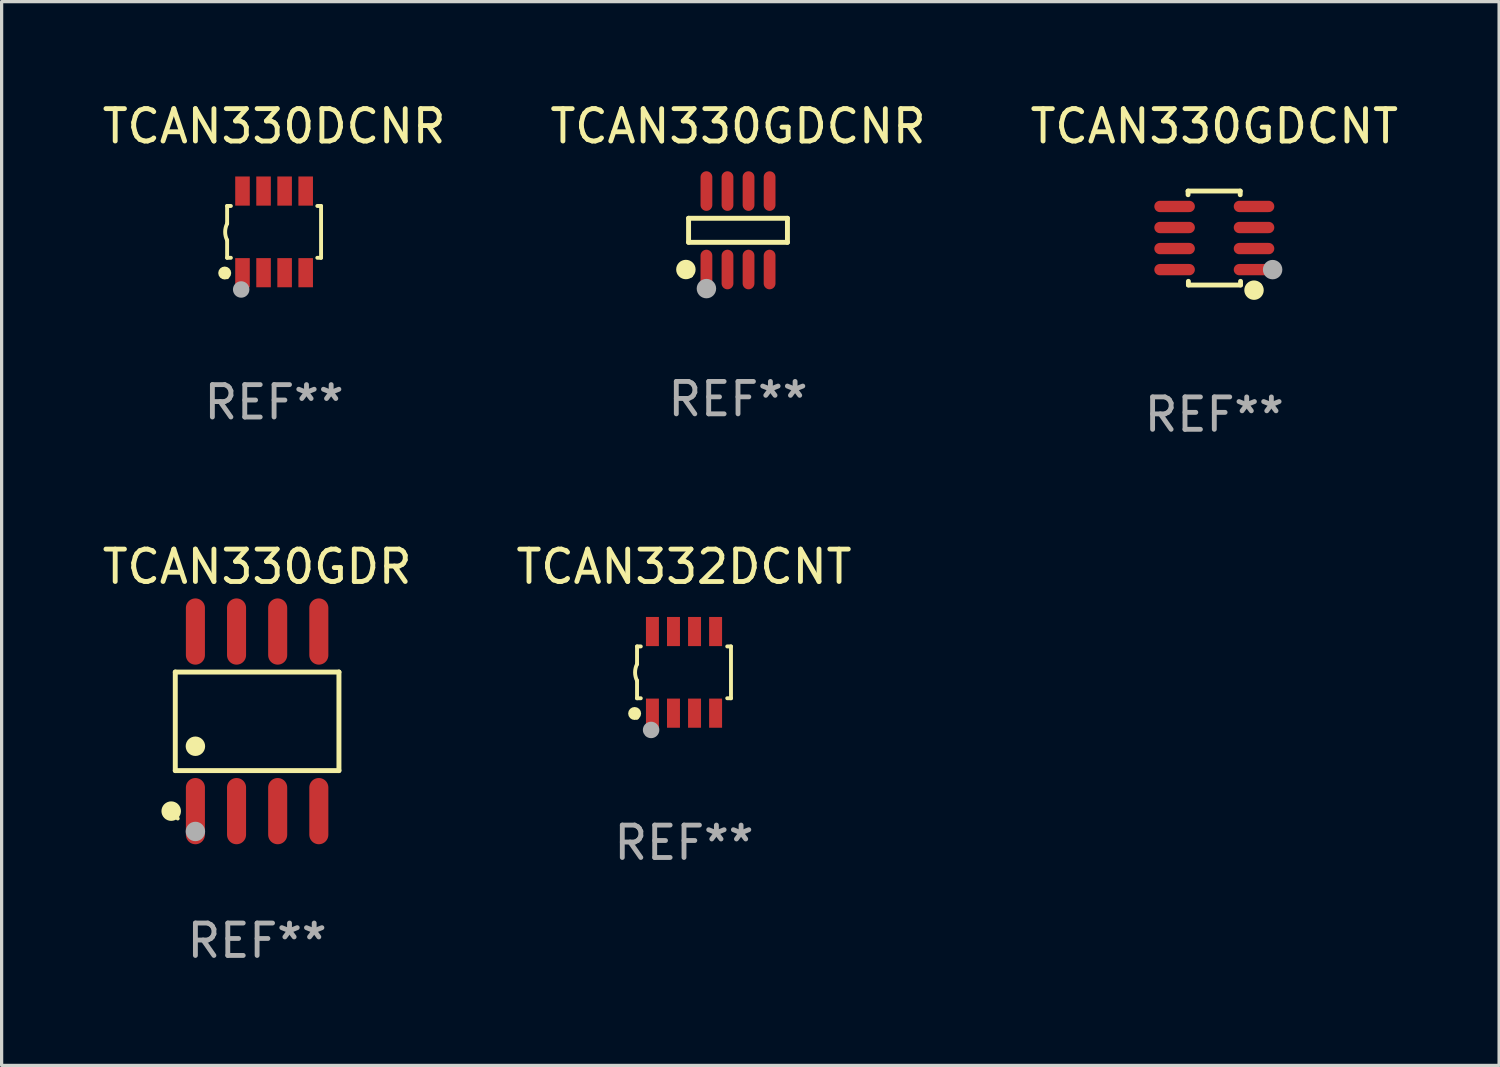
<source format=kicad_pcb>
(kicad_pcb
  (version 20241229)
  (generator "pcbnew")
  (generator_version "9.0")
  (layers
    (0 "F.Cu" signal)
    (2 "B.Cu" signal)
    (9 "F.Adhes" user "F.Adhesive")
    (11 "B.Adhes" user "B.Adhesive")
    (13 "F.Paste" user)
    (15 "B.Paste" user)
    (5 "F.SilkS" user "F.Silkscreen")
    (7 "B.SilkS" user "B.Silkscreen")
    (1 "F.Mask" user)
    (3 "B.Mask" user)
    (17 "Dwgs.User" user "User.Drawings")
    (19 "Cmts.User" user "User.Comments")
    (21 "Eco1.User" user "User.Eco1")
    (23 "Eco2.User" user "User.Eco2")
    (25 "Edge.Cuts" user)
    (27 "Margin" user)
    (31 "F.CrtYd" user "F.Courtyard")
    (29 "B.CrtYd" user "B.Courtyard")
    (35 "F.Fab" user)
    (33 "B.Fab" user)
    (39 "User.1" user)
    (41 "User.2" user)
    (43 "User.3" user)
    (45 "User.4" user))
  (footprint "TCAN330GDCNR"
    (layer "F.Cu")
    (at 19.732 4.059)
    (property "Reference" "TCAN330GDCNR" (at 0 -3.211 0) (layer "F.SilkS") (effects (font (size 1 1) (thickness 0.15))))
    (attr through_hole)
    (fp_line (start -1.526 -0.371) (end 1.526 -0.371) (stroke (width 0.152) (type solid)) (layer "F.SilkS"))
    (fp_line (start -1.526 0.371) (end -1.526 -0.371) (stroke (width 0.152) (type solid)) (layer "F.SilkS"))
    (fp_line (start 1.526 -0.371) (end 1.526 0.371) (stroke (width 0.152) (type solid)) (layer "F.SilkS"))
    (fp_line (start 1.526 0.371) (end -1.526 0.371) (stroke (width 0.152) (type solid)) (layer "F.SilkS"))
    (fp_circle (center -1.609 1.211) (end -1.459 1.211) (stroke (width 0.3) (type solid)) (fill no) (layer "F.SilkS"))
    (fp_circle (center -1.45 1.4) (end -1.42 1.4) (stroke (width 0.06) (type solid)) (fill no) (layer "F.SilkS"))
    (fp_circle (center -0.975 1.8) (end -0.825 1.8) (stroke (width 0.3) (type solid)) (fill no) (layer "F.Fab"))
    (fp_text user "REF**" (at 0 5.211 0) (layer "F.Fab") (effects (font (size 1 1) (thickness 0.15))))
    (pad "1" smd oval (at -0.975 1.211) (size 0.364 1.222) (layers "F.Cu" "F.Mask" "F.Paste"))
    (pad "2" smd oval (at -0.325 1.211) (size 0.364 1.222) (layers "F.Cu" "F.Mask" "F.Paste"))
    (pad "3" smd oval (at 0.325 1.211) (size 0.364 1.222) (layers "F.Cu" "F.Mask" "F.Paste"))
    (pad "4" smd oval (at 0.975 1.211) (size 0.364 1.222) (layers "F.Cu" "F.Mask" "F.Paste"))
    (pad "5" smd oval (at 0.975 -1.211) (size 0.364 1.222) (layers "F.Cu" "F.Mask" "F.Paste"))
    (pad "6" smd oval (at 0.325 -1.211) (size 0.364 1.222) (layers "F.Cu" "F.Mask" "F.Paste"))
    (pad "7" smd oval (at -0.325 -1.211) (size 0.364 1.222) (layers "F.Cu" "F.Mask" "F.Paste"))
    (pad "8" smd oval (at -0.975 -1.211) (size 0.364 1.222) (layers "F.Cu" "F.Mask" "F.Paste")))
  (footprint "TCAN332DCNT"
    (layer "F.Cu")
    (at 18.065 17.705)
    (property "Reference" "TCAN332DCNT" (at 0 -3.26 0) (layer "F.SilkS") (effects (font (size 1 1) (thickness 0.15))))
    (attr through_hole)
    (fp_line (start -1.45 -0.8) (end -1.45 -0.254) (stroke (width 0.12) (type solid)) (layer "F.SilkS"))
    (fp_line (start -1.45 -0.8) (end -1.334 -0.8) (stroke (width 0.12) (type solid)) (layer "F.SilkS"))
    (fp_line (start -1.45 0.8) (end -1.45 0.254) (stroke (width 0.12) (type solid)) (layer "F.SilkS"))
    (fp_line (start -1.45 0.8) (end -1.334 0.8) (stroke (width 0.12) (type solid)) (layer "F.SilkS"))
    (fp_line (start 1.334 -0.8) (end 1.45 -0.8) (stroke (width 0.12) (type solid)) (layer "F.SilkS"))
    (fp_line (start 1.334 0.8) (end 1.45 0.8) (stroke (width 0.12) (type solid)) (layer "F.SilkS"))
    (fp_line (start 1.45 0.8) (end 1.45 -0.8) (stroke (width 0.12) (type solid)) (layer "F.SilkS"))
    (fp_arc (start -1.45075 0.255144) (mid -1.510605 0.000434) (end -1.450013 -0.254102) (stroke (width 0.11999) (type solid)) (layer "F.SilkS"))
    (fp_circle (center -1.524 1.27) (end -1.424 1.27) (stroke (width 0.2) (type solid)) (fill no) (layer "F.SilkS"))
    (fp_circle (center -1.45 1.4) (end -1.42 1.4) (stroke (width 0.06) (type solid)) (fill no) (layer "F.SilkS"))
    (fp_circle (center -1.016 1.778) (end -0.889 1.778) (stroke (width 0.254) (type solid)) (fill no) (layer "F.Fab"))
    (fp_text user "REF**" (at 0 5.26 0) (layer "F.Fab") (effects (font (size 1 1) (thickness 0.15))))
    (pad "1" smd rect (at -0.975 1.26) (size 0.4 0.9) (layers "F.Cu" "F.Mask" "F.Paste"))
    (pad "2" smd rect (at -0.325 1.26) (size 0.4 0.9) (layers "F.Cu" "F.Mask" "F.Paste"))
    (pad "3" smd rect (at 0.325 1.26) (size 0.4 0.9) (layers "F.Cu" "F.Mask" "F.Paste"))
    (pad "4" smd rect (at 0.975 1.26) (size 0.4 0.9) (layers "F.Cu" "F.Mask" "F.Paste"))
    (pad "5" smd rect (at 0.975 -1.26) (size 0.4 0.9) (layers "F.Cu" "F.Mask" "F.Paste"))
    (pad "6" smd rect (at 0.325 -1.26) (size 0.4 0.9) (layers "F.Cu" "F.Mask" "F.Paste"))
    (pad "7" smd rect (at -0.325 -1.26) (size 0.4 0.9) (layers "F.Cu" "F.Mask" "F.Paste"))
    (pad "8" smd rect (at -0.975 -1.26) (size 0.4 0.9) (layers "F.Cu" "F.Mask" "F.Paste")))
  (footprint "TCAN330GDCNT"
    (layer "F.Cu")
    (at 34.435 4.298)
    (property "Reference" "TCAN330GDCNT" (at 0 -3.45 0) (layer "F.SilkS") (effects (font (size 1 1) (thickness 0.15))))
    (attr through_hole)
    (fp_line (start -0.81 -1.45) (end 0.8 -1.45) (stroke (width 0.15) (type solid)) (layer "F.SilkS"))
    (fp_line (start -0.81 -1.336) (end -0.81 -1.45) (stroke (width 0.15) (type solid)) (layer "F.SilkS"))
    (fp_line (start -0.8 1.45) (end -0.8 1.336) (stroke (width 0.15) (type solid)) (layer "F.SilkS"))
    (fp_line (start 0.8 -1.45) (end 0.8 -1.336) (stroke (width 0.15) (type solid)) (layer "F.SilkS"))
    (fp_line (start 0.81 1.336) (end 0.81 1.45) (stroke (width 0.15) (type solid)) (layer "F.SilkS"))
    (fp_line (start 0.81 1.45) (end -0.8 1.45) (stroke (width 0.15) (type solid)) (layer "F.SilkS"))
    (fp_circle (center 1.226 1.609) (end 1.376 1.609) (stroke (width 0.3) (type solid)) (fill no) (layer "F.SilkS"))
    (fp_circle (center 1.4 1.45) (end 1.43 1.45) (stroke (width 0.06) (type solid)) (fill no) (layer "F.SilkS"))
    (fp_circle (center 1.8 0.975) (end 1.95 0.975) (stroke (width 0.3) (type solid)) (fill no) (layer "F.Fab"))
    (fp_text user "REF**" (at 0 5.45 0) (layer "F.Fab") (effects (font (size 1 1) (thickness 0.15))))
    (pad "1" smd oval (at 1.226 0.975) (size 1.252 0.35) (layers "F.Cu" "F.Mask" "F.Paste"))
    (pad "2" smd oval (at 1.226 0.325) (size 1.252 0.35) (layers "F.Cu" "F.Mask" "F.Paste"))
    (pad "3" smd oval (at 1.226 -0.325) (size 1.252 0.35) (layers "F.Cu" "F.Mask" "F.Paste"))
    (pad "4" smd oval (at 1.226 -0.975) (size 1.252 0.35) (layers "F.Cu" "F.Mask" "F.Paste"))
    (pad "5" smd oval (at -1.226 -0.975) (size 1.252 0.35) (layers "F.Cu" "F.Mask" "F.Paste"))
    (pad "6" smd oval (at -1.226 -0.325) (size 1.252 0.35) (layers "F.Cu" "F.Mask" "F.Paste"))
    (pad "7" smd oval (at -1.226 0.325) (size 1.252 0.35) (layers "F.Cu" "F.Mask" "F.Paste"))
    (pad "8" smd oval (at -1.226 0.975) (size 1.252 0.35) (layers "F.Cu" "F.Mask" "F.Paste")))
  (footprint "TCAN330DCNR"
    (layer "F.Cu")
    (at 5.411 4.108)
    (property "Reference" "TCAN330DCNR" (at 0 -3.26 0) (layer "F.SilkS") (effects (font (size 1 1) (thickness 0.15))))
    (attr through_hole)
    (fp_line (start -1.45 -0.8) (end -1.45 -0.254) (stroke (width 0.12) (type solid)) (layer "F.SilkS"))
    (fp_line (start -1.45 -0.8) (end -1.334 -0.8) (stroke (width 0.12) (type solid)) (layer "F.SilkS"))
    (fp_line (start -1.45 0.8) (end -1.45 0.254) (stroke (width 0.12) (type solid)) (layer "F.SilkS"))
    (fp_line (start -1.45 0.8) (end -1.334 0.8) (stroke (width 0.12) (type solid)) (layer "F.SilkS"))
    (fp_line (start 1.334 -0.8) (end 1.45 -0.8) (stroke (width 0.12) (type solid)) (layer "F.SilkS"))
    (fp_line (start 1.334 0.8) (end 1.45 0.8) (stroke (width 0.12) (type solid)) (layer "F.SilkS"))
    (fp_line (start 1.45 0.8) (end 1.45 -0.8) (stroke (width 0.12) (type solid)) (layer "F.SilkS"))
    (fp_arc (start -1.45075 0.255144) (mid -1.510605 0.000434) (end -1.450013 -0.254102) (stroke (width 0.11999) (type solid)) (layer "F.SilkS"))
    (fp_circle (center -1.524 1.27) (end -1.424 1.27) (stroke (width 0.2) (type solid)) (fill no) (layer "F.SilkS"))
    (fp_circle (center -1.45 1.4) (end -1.42 1.4) (stroke (width 0.06) (type solid)) (fill no) (layer "F.SilkS"))
    (fp_circle (center -1.016 1.778) (end -0.889 1.778) (stroke (width 0.254) (type solid)) (fill no) (layer "F.Fab"))
    (fp_text user "REF**" (at 0 5.26 0) (layer "F.Fab") (effects (font (size 1 1) (thickness 0.15))))
    (pad "1" smd rect (at -0.975 1.26) (size 0.45 0.9) (layers "F.Cu" "F.Mask" "F.Paste"))
    (pad "2" smd rect (at -0.325 1.26) (size 0.45 0.9) (layers "F.Cu" "F.Mask" "F.Paste"))
    (pad "3" smd rect (at 0.325 1.26) (size 0.45 0.9) (layers "F.Cu" "F.Mask" "F.Paste"))
    (pad "4" smd rect (at 0.975 1.26) (size 0.45 0.9) (layers "F.Cu" "F.Mask" "F.Paste"))
    (pad "5" smd rect (at 0.975 -1.26) (size 0.45 0.9) (layers "F.Cu" "F.Mask" "F.Paste"))
    (pad "6" smd rect (at 0.325 -1.26) (size 0.45 0.9) (layers "F.Cu" "F.Mask" "F.Paste"))
    (pad "7" smd rect (at -0.325 -1.26) (size 0.45 0.9) (layers "F.Cu" "F.Mask" "F.Paste"))
    (pad "8" smd rect (at -0.975 -1.26) (size 0.45 0.9) (layers "F.Cu" "F.Mask" "F.Paste")))
  (footprint "TCAN330GDR"
    (layer "F.Cu")
    (at 4.887 19.217)
    (property "Reference" "TCAN330GDR" (at 0 -4.772 0) (layer "F.SilkS") (effects (font (size 1 1) (thickness 0.15))))
    (attr through_hole)
    (fp_line (start -2.526 -1.521) (end 2.526 -1.521) (stroke (width 0.152) (type solid)) (layer "F.SilkS"))
    (fp_line (start -2.526 1.521) (end -2.526 -1.521) (stroke (width 0.152) (type solid)) (layer "F.SilkS"))
    (fp_line (start 2.526 -1.521) (end 2.526 1.521) (stroke (width 0.152) (type solid)) (layer "F.SilkS"))
    (fp_line (start 2.526 1.521) (end -2.526 1.521) (stroke (width 0.152) (type solid)) (layer "F.SilkS"))
    (fp_circle (center -2.652 2.772) (end -2.501 2.772) (stroke (width 0.3) (type solid)) (fill no) (layer "F.SilkS"))
    (fp_circle (center -2.45 3) (end -2.42 3) (stroke (width 0.06) (type solid)) (fill no) (layer "F.SilkS"))
    (fp_circle (center -1.905 0.769) (end -1.755 0.769) (stroke (width 0.3) (type solid)) (fill no) (layer "F.SilkS"))
    (fp_circle (center -1.905 3.4) (end -1.755 3.4) (stroke (width 0.3) (type solid)) (fill no) (layer "F.Fab"))
    (fp_text user "REF**" (at 0 6.772 0) (layer "F.Fab") (effects (font (size 1 1) (thickness 0.15))))
    (pad "1" smd oval (at -1.905 2.772) (size 0.588 2.045) (layers "F.Cu" "F.Mask" "F.Paste"))
    (pad "2" smd oval (at -0.635 2.772) (size 0.588 2.045) (layers "F.Cu" "F.Mask" "F.Paste"))
    (pad "3" smd oval (at 0.635 2.772) (size 0.588 2.045) (layers "F.Cu" "F.Mask" "F.Paste"))
    (pad "4" smd oval (at 1.905 2.772) (size 0.588 2.045) (layers "F.Cu" "F.Mask" "F.Paste"))
    (pad "5" smd oval (at 1.905 -2.772) (size 0.588 2.045) (layers "F.Cu" "F.Mask" "F.Paste"))
    (pad "6" smd oval (at 0.635 -2.772) (size 0.588 2.045) (layers "F.Cu" "F.Mask" "F.Paste"))
    (pad "7" smd oval (at -0.635 -2.772) (size 0.588 2.045) (layers "F.Cu" "F.Mask" "F.Paste"))
    (pad "8" smd oval (at -1.905 -2.772) (size 0.588 2.045) (layers "F.Cu" "F.Mask" "F.Paste")))
  (gr_rect
    (start -3 -3)
    (end 43.226 29.838)
    (stroke (width 0.1) (type default))
    (fill no)
    (layer "Edge.Cuts")))
</source>
